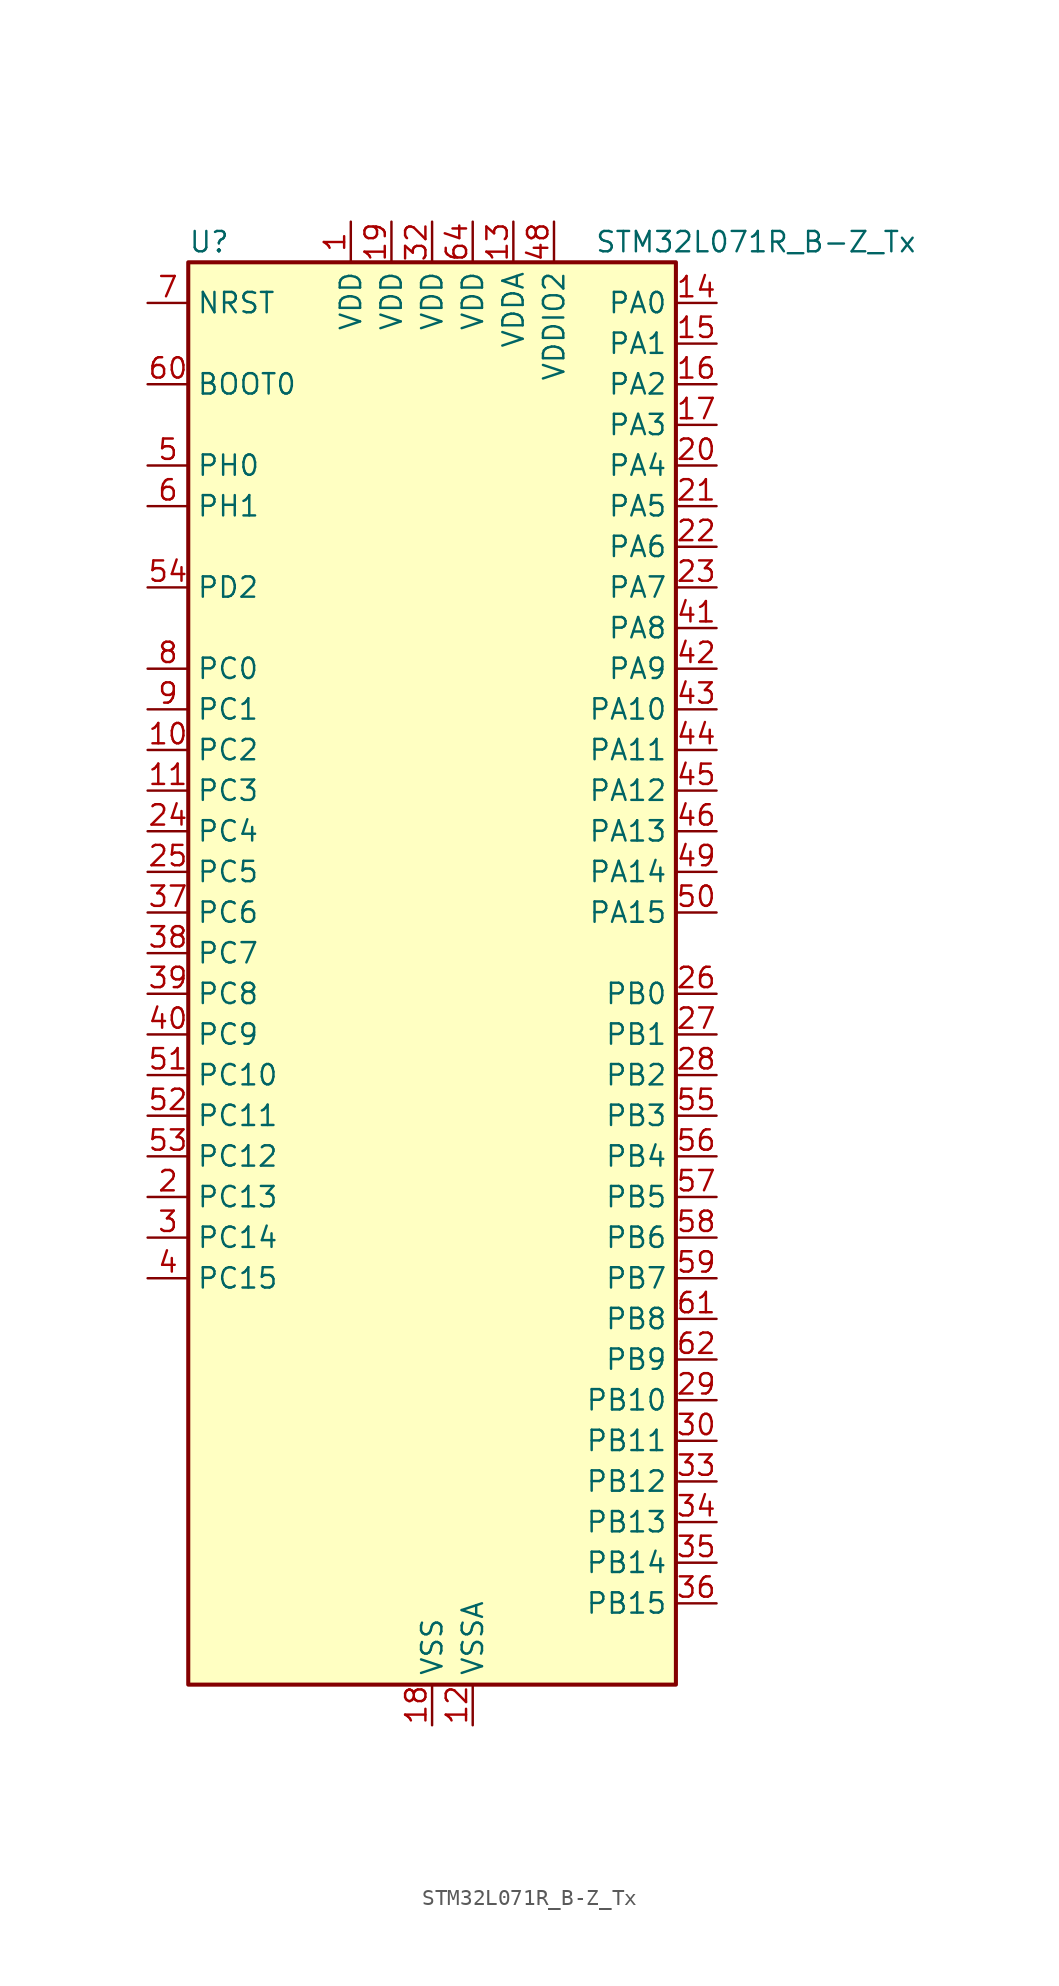
<source format=kicad_sym>
(kicad_symbol_lib
  (version 20220914)
  (generator kicad_symbol_editor)
  (symbol "STM32L071R_B-Z_Tx"
    (property "Reference" "U"
      (at -15.24 46.99 0)
      (effects (font (size 1.27 1.27)) (justify left)))
    (property "Value" "STM32L071R_B-Z_Tx"
      (at 10.16 46.99 0)
      (effects (font (size 1.27 1.27)) (justify left)))
    (property "ki_locked" ""
      (at 0 0 0)
      (effects (font (size 1.27 1.27))))
    (symbol "STM32L071R_B-Z_Tx_0_1"
      (rectangle (start -15.24 -43.18) (end 15.24 45.72) (stroke (width 0.254) (type default)) (fill (type background))))
    (symbol "STM32L071R_B-Z_Tx_1_1"
      (pin power_in line (at -5.08 48.26 270) (length 2.54) (name "VDD" (effects (font (size 1.27 1.27)))) (number "1" (effects (font (size 1.27 1.27)))))
      (pin bidirectional line (at -17.78 15.24 0) (length 2.54) (name "PC2" (effects (font (size 1.27 1.27)))) (number "10" (effects (font (size 1.27 1.27)))) (alternate "ADC_IN12" bidirectional line) (alternate "I2S2_MCK" bidirectional line) (alternate "LPTIM1_IN2" bidirectional line) (alternate "SPI2_MISO" bidirectional line))
      (pin bidirectional line (at -17.78 12.7 0) (length 2.54) (name "PC3" (effects (font (size 1.27 1.27)))) (number "11" (effects (font (size 1.27 1.27)))) (alternate "ADC_IN13" bidirectional line) (alternate "I2S2_SD" bidirectional line) (alternate "LPTIM1_ETR" bidirectional line) (alternate "SPI2_MOSI" bidirectional line))
      (pin power_in line (at 2.54 -45.72 90) (length 2.54) (name "VSSA" (effects (font (size 1.27 1.27)))) (number "12" (effects (font (size 1.27 1.27)))))
      (pin power_in line (at 5.08 48.26 270) (length 2.54) (name "VDDA" (effects (font (size 1.27 1.27)))) (number "13" (effects (font (size 1.27 1.27)))))
      (pin bidirectional line (at 17.78 43.18 180) (length 2.54) (name "PA0" (effects (font (size 1.27 1.27)))) (number "14" (effects (font (size 1.27 1.27)))) (alternate "ADC_IN0" bidirectional line) (alternate "COMP1_INM" bidirectional line) (alternate "COMP1_OUT" bidirectional line) (alternate "RTC_TAMP2" bidirectional line) (alternate "SYS_WKUP1" bidirectional line) (alternate "TIM2_CH1" bidirectional line) (alternate "TIM2_ETR" bidirectional line) (alternate "USART2_CTS" bidirectional line) (alternate "USART4_TX" bidirectional line))
      (pin bidirectional line (at 17.78 40.64 180) (length 2.54) (name "PA1" (effects (font (size 1.27 1.27)))) (number "15" (effects (font (size 1.27 1.27)))) (alternate "ADC_IN1" bidirectional line) (alternate "COMP1_INP" bidirectional line) (alternate "TIM21_ETR" bidirectional line) (alternate "TIM2_CH2" bidirectional line) (alternate "USART2_DE" bidirectional line) (alternate "USART2_RTS" bidirectional line) (alternate "USART4_RX" bidirectional line))
      (pin bidirectional line (at 17.78 38.1 180) (length 2.54) (name "PA2" (effects (font (size 1.27 1.27)))) (number "16" (effects (font (size 1.27 1.27)))) (alternate "ADC_IN2" bidirectional line) (alternate "COMP2_INM" bidirectional line) (alternate "COMP2_OUT" bidirectional line) (alternate "LPUART1_TX" bidirectional line) (alternate "TIM21_CH1" bidirectional line) (alternate "TIM2_CH3" bidirectional line) (alternate "USART2_TX" bidirectional line))
      (pin bidirectional line (at 17.78 35.56 180) (length 2.54) (name "PA3" (effects (font (size 1.27 1.27)))) (number "17" (effects (font (size 1.27 1.27)))) (alternate "ADC_IN3" bidirectional line) (alternate "COMP2_INP" bidirectional line) (alternate "LPUART1_RX" bidirectional line) (alternate "TIM21_CH2" bidirectional line) (alternate "TIM2_CH4" bidirectional line) (alternate "USART2_RX" bidirectional line))
      (pin power_in line (at 0 -45.72 90) (length 2.54) (name "VSS" (effects (font (size 1.27 1.27)))) (number "18" (effects (font (size 1.27 1.27)))))
      (pin power_in line (at -2.54 48.26 270) (length 2.54) (name "VDD" (effects (font (size 1.27 1.27)))) (number "19" (effects (font (size 1.27 1.27)))))
      (pin bidirectional line (at -17.78 -12.7 0) (length 2.54) (name "PC13" (effects (font (size 1.27 1.27)))) (number "2" (effects (font (size 1.27 1.27)))) (alternate "RTC_OUT_ALARM" bidirectional line) (alternate "RTC_OUT_CALIB" bidirectional line) (alternate "RTC_TAMP1" bidirectional line) (alternate "RTC_TS" bidirectional line) (alternate "SYS_WKUP2" bidirectional line))
      (pin bidirectional line (at 17.78 33.02 180) (length 2.54) (name "PA4" (effects (font (size 1.27 1.27)))) (number "20" (effects (font (size 1.27 1.27)))) (alternate "ADC_IN4" bidirectional line) (alternate "COMP1_INM" bidirectional line) (alternate "COMP2_INM" bidirectional line) (alternate "SPI1_NSS" bidirectional line) (alternate "TIM22_ETR" bidirectional line) (alternate "USART2_CK" bidirectional line))
      (pin bidirectional line (at 17.78 30.48 180) (length 2.54) (name "PA5" (effects (font (size 1.27 1.27)))) (number "21" (effects (font (size 1.27 1.27)))) (alternate "ADC_IN5" bidirectional line) (alternate "COMP1_INM" bidirectional line) (alternate "COMP2_INM" bidirectional line) (alternate "SPI1_SCK" bidirectional line) (alternate "TIM2_CH1" bidirectional line) (alternate "TIM2_ETR" bidirectional line))
      (pin bidirectional line (at 17.78 27.94 180) (length 2.54) (name "PA6" (effects (font (size 1.27 1.27)))) (number "22" (effects (font (size 1.27 1.27)))) (alternate "ADC_IN6" bidirectional line) (alternate "COMP1_OUT" bidirectional line) (alternate "LPUART1_CTS" bidirectional line) (alternate "SPI1_MISO" bidirectional line) (alternate "TIM22_CH1" bidirectional line) (alternate "TIM3_CH1" bidirectional line))
      (pin bidirectional line (at 17.78 25.4 180) (length 2.54) (name "PA7" (effects (font (size 1.27 1.27)))) (number "23" (effects (font (size 1.27 1.27)))) (alternate "ADC_IN7" bidirectional line) (alternate "COMP2_OUT" bidirectional line) (alternate "SPI1_MOSI" bidirectional line) (alternate "TIM22_CH2" bidirectional line) (alternate "TIM3_CH2" bidirectional line))
      (pin bidirectional line (at -17.78 10.16 0) (length 2.54) (name "PC4" (effects (font (size 1.27 1.27)))) (number "24" (effects (font (size 1.27 1.27)))) (alternate "ADC_IN14" bidirectional line) (alternate "LPUART1_TX" bidirectional line))
      (pin bidirectional line (at -17.78 7.62 0) (length 2.54) (name "PC5" (effects (font (size 1.27 1.27)))) (number "25" (effects (font (size 1.27 1.27)))) (alternate "ADC_IN15" bidirectional line) (alternate "LPUART1_RX" bidirectional line))
      (pin bidirectional line (at 17.78 0 180) (length 2.54) (name "PB0" (effects (font (size 1.27 1.27)))) (number "26" (effects (font (size 1.27 1.27)))) (alternate "ADC_IN8" bidirectional line) (alternate "SYS_VREF_OUT_PB0" bidirectional line) (alternate "TIM3_CH3" bidirectional line))
      (pin bidirectional line (at 17.78 -2.54 180) (length 2.54) (name "PB1" (effects (font (size 1.27 1.27)))) (number "27" (effects (font (size 1.27 1.27)))) (alternate "ADC_IN9" bidirectional line) (alternate "LPUART1_DE" bidirectional line) (alternate "LPUART1_RTS" bidirectional line) (alternate "SYS_VREF_OUT_PB1" bidirectional line) (alternate "TIM3_CH4" bidirectional line))
      (pin bidirectional line (at 17.78 -5.08 180) (length 2.54) (name "PB2" (effects (font (size 1.27 1.27)))) (number "28" (effects (font (size 1.27 1.27)))) (alternate "I2C3_SMBA" bidirectional line) (alternate "LPTIM1_OUT" bidirectional line))
      (pin bidirectional line (at 17.78 -25.4 180) (length 2.54) (name "PB10" (effects (font (size 1.27 1.27)))) (number "29" (effects (font (size 1.27 1.27)))) (alternate "I2C2_SCL" bidirectional line) (alternate "LPUART1_RX" bidirectional line) (alternate "LPUART1_TX" bidirectional line) (alternate "SPI2_SCK" bidirectional line) (alternate "TIM2_CH3" bidirectional line))
      (pin bidirectional line (at -17.78 -15.24 0) (length 2.54) (name "PC14" (effects (font (size 1.27 1.27)))) (number "3" (effects (font (size 1.27 1.27)))) (alternate "RCC_OSC32_IN" bidirectional line))
      (pin bidirectional line (at 17.78 -27.94 180) (length 2.54) (name "PB11" (effects (font (size 1.27 1.27)))) (number "30" (effects (font (size 1.27 1.27)))) (alternate "ADC_EXTI11" bidirectional line) (alternate "I2C2_SDA" bidirectional line) (alternate "LPUART1_RX" bidirectional line) (alternate "LPUART1_TX" bidirectional line) (alternate "TIM2_CH4" bidirectional line))
      (pin passive line (at 0 -45.72 90) (length 2.54) hide (name "VSS" (effects (font (size 1.27 1.27)))) (number "31" (effects (font (size 1.27 1.27)))))
      (pin power_in line (at 0 48.26 270) (length 2.54) (name "VDD" (effects (font (size 1.27 1.27)))) (number "32" (effects (font (size 1.27 1.27)))))
      (pin bidirectional line (at 17.78 -30.48 180) (length 2.54) (name "PB12" (effects (font (size 1.27 1.27)))) (number "33" (effects (font (size 1.27 1.27)))) (alternate "I2S2_WS" bidirectional line) (alternate "LPUART1_DE" bidirectional line) (alternate "LPUART1_RTS" bidirectional line) (alternate "SPI2_NSS" bidirectional line))
      (pin bidirectional line (at 17.78 -33.02 180) (length 2.54) (name "PB13" (effects (font (size 1.27 1.27)))) (number "34" (effects (font (size 1.27 1.27)))) (alternate "I2C2_SCL" bidirectional line) (alternate "I2S2_CK" bidirectional line) (alternate "LPUART1_CTS" bidirectional line) (alternate "RCC_MCO" bidirectional line) (alternate "SPI2_SCK" bidirectional line) (alternate "TIM21_CH1" bidirectional line))
      (pin bidirectional line (at 17.78 -35.56 180) (length 2.54) (name "PB14" (effects (font (size 1.27 1.27)))) (number "35" (effects (font (size 1.27 1.27)))) (alternate "I2C2_SDA" bidirectional line) (alternate "I2S2_MCK" bidirectional line) (alternate "LPUART1_DE" bidirectional line) (alternate "LPUART1_RTS" bidirectional line) (alternate "RTC_OUT_ALARM" bidirectional line) (alternate "RTC_OUT_CALIB" bidirectional line) (alternate "SPI2_MISO" bidirectional line) (alternate "TIM21_CH2" bidirectional line))
      (pin bidirectional line (at 17.78 -38.1 180) (length 2.54) (name "PB15" (effects (font (size 1.27 1.27)))) (number "36" (effects (font (size 1.27 1.27)))) (alternate "I2S2_SD" bidirectional line) (alternate "RTC_REFIN" bidirectional line) (alternate "SPI2_MOSI" bidirectional line))
      (pin bidirectional line (at -17.78 5.08 0) (length 2.54) (name "PC6" (effects (font (size 1.27 1.27)))) (number "37" (effects (font (size 1.27 1.27)))) (alternate "TIM22_CH1" bidirectional line) (alternate "TIM3_CH1" bidirectional line))
      (pin bidirectional line (at -17.78 2.54 0) (length 2.54) (name "PC7" (effects (font (size 1.27 1.27)))) (number "38" (effects (font (size 1.27 1.27)))) (alternate "TIM22_CH2" bidirectional line) (alternate "TIM3_CH2" bidirectional line))
      (pin bidirectional line (at -17.78 0 0) (length 2.54) (name "PC8" (effects (font (size 1.27 1.27)))) (number "39" (effects (font (size 1.27 1.27)))) (alternate "TIM22_ETR" bidirectional line) (alternate "TIM3_CH3" bidirectional line))
      (pin bidirectional line (at -17.78 -17.78 0) (length 2.54) (name "PC15" (effects (font (size 1.27 1.27)))) (number "4" (effects (font (size 1.27 1.27)))) (alternate "RCC_OSC32_OUT" bidirectional line))
      (pin bidirectional line (at -17.78 -2.54 0) (length 2.54) (name "PC9" (effects (font (size 1.27 1.27)))) (number "40" (effects (font (size 1.27 1.27)))) (alternate "I2C3_SDA" bidirectional line) (alternate "TIM21_ETR" bidirectional line) (alternate "TIM3_CH4" bidirectional line))
      (pin bidirectional line (at 17.78 22.86 180) (length 2.54) (name "PA8" (effects (font (size 1.27 1.27)))) (number "41" (effects (font (size 1.27 1.27)))) (alternate "I2C3_SCL" bidirectional line) (alternate "RCC_MCO" bidirectional line) (alternate "USART1_CK" bidirectional line))
      (pin bidirectional line (at 17.78 20.32 180) (length 2.54) (name "PA9" (effects (font (size 1.27 1.27)))) (number "42" (effects (font (size 1.27 1.27)))) (alternate "I2C1_SCL" bidirectional line) (alternate "I2C3_SMBA" bidirectional line) (alternate "RCC_MCO" bidirectional line) (alternate "USART1_TX" bidirectional line))
      (pin bidirectional line (at 17.78 17.78 180) (length 2.54) (name "PA10" (effects (font (size 1.27 1.27)))) (number "43" (effects (font (size 1.27 1.27)))) (alternate "I2C1_SDA" bidirectional line) (alternate "USART1_RX" bidirectional line))
      (pin bidirectional line (at 17.78 15.24 180) (length 2.54) (name "PA11" (effects (font (size 1.27 1.27)))) (number "44" (effects (font (size 1.27 1.27)))) (alternate "ADC_EXTI11" bidirectional line) (alternate "COMP1_OUT" bidirectional line) (alternate "SPI1_MISO" bidirectional line) (alternate "USART1_CTS" bidirectional line))
      (pin bidirectional line (at 17.78 12.7 180) (length 2.54) (name "PA12" (effects (font (size 1.27 1.27)))) (number "45" (effects (font (size 1.27 1.27)))) (alternate "COMP2_OUT" bidirectional line) (alternate "SPI1_MOSI" bidirectional line) (alternate "USART1_DE" bidirectional line) (alternate "USART1_RTS" bidirectional line))
      (pin bidirectional line (at 17.78 10.16 180) (length 2.54) (name "PA13" (effects (font (size 1.27 1.27)))) (number "46" (effects (font (size 1.27 1.27)))) (alternate "LPUART1_RX" bidirectional line) (alternate "SYS_SWDIO" bidirectional line))
      (pin passive line (at 0 -45.72 90) (length 2.54) hide (name "VSS" (effects (font (size 1.27 1.27)))) (number "47" (effects (font (size 1.27 1.27)))))
      (pin power_in line (at 7.62 48.26 270) (length 2.54) (name "VDDIO2" (effects (font (size 1.27 1.27)))) (number "48" (effects (font (size 1.27 1.27)))))
      (pin bidirectional line (at 17.78 7.62 180) (length 2.54) (name "PA14" (effects (font (size 1.27 1.27)))) (number "49" (effects (font (size 1.27 1.27)))) (alternate "LPUART1_TX" bidirectional line) (alternate "SYS_SWCLK" bidirectional line) (alternate "USART2_TX" bidirectional line))
      (pin bidirectional line (at -17.78 33.02 0) (length 2.54) (name "PH0" (effects (font (size 1.27 1.27)))) (number "5" (effects (font (size 1.27 1.27)))) (alternate "RCC_OSC_IN" bidirectional line))
      (pin bidirectional line (at 17.78 5.08 180) (length 2.54) (name "PA15" (effects (font (size 1.27 1.27)))) (number "50" (effects (font (size 1.27 1.27)))) (alternate "SPI1_NSS" bidirectional line) (alternate "TIM2_CH1" bidirectional line) (alternate "TIM2_ETR" bidirectional line) (alternate "USART2_RX" bidirectional line) (alternate "USART4_DE" bidirectional line) (alternate "USART4_RTS" bidirectional line))
      (pin bidirectional line (at -17.78 -5.08 0) (length 2.54) (name "PC10" (effects (font (size 1.27 1.27)))) (number "51" (effects (font (size 1.27 1.27)))) (alternate "LPUART1_TX" bidirectional line) (alternate "USART4_TX" bidirectional line))
      (pin bidirectional line (at -17.78 -7.62 0) (length 2.54) (name "PC11" (effects (font (size 1.27 1.27)))) (number "52" (effects (font (size 1.27 1.27)))) (alternate "ADC_EXTI11" bidirectional line) (alternate "LPUART1_RX" bidirectional line) (alternate "USART4_RX" bidirectional line))
      (pin bidirectional line (at -17.78 -10.16 0) (length 2.54) (name "PC12" (effects (font (size 1.27 1.27)))) (number "53" (effects (font (size 1.27 1.27)))) (alternate "USART4_CK" bidirectional line) (alternate "USART5_TX" bidirectional line))
      (pin bidirectional line (at -17.78 25.4 0) (length 2.54) (name "PD2" (effects (font (size 1.27 1.27)))) (number "54" (effects (font (size 1.27 1.27)))) (alternate "LPUART1_DE" bidirectional line) (alternate "LPUART1_RTS" bidirectional line) (alternate "TIM3_ETR" bidirectional line) (alternate "USART5_RX" bidirectional line))
      (pin bidirectional line (at 17.78 -7.62 180) (length 2.54) (name "PB3" (effects (font (size 1.27 1.27)))) (number "55" (effects (font (size 1.27 1.27)))) (alternate "COMP2_INM" bidirectional line) (alternate "SPI1_SCK" bidirectional line) (alternate "TIM2_CH2" bidirectional line) (alternate "USART1_DE" bidirectional line) (alternate "USART1_RTS" bidirectional line) (alternate "USART5_TX" bidirectional line))
      (pin bidirectional line (at 17.78 -10.16 180) (length 2.54) (name "PB4" (effects (font (size 1.27 1.27)))) (number "56" (effects (font (size 1.27 1.27)))) (alternate "COMP2_INP" bidirectional line) (alternate "I2C3_SDA" bidirectional line) (alternate "SPI1_MISO" bidirectional line) (alternate "TIM22_CH1" bidirectional line) (alternate "TIM3_CH1" bidirectional line) (alternate "USART1_CTS" bidirectional line) (alternate "USART5_RX" bidirectional line))
      (pin bidirectional line (at 17.78 -12.7 180) (length 2.54) (name "PB5" (effects (font (size 1.27 1.27)))) (number "57" (effects (font (size 1.27 1.27)))) (alternate "COMP2_INP" bidirectional line) (alternate "I2C1_SMBA" bidirectional line) (alternate "LPTIM1_IN1" bidirectional line) (alternate "SPI1_MOSI" bidirectional line) (alternate "TIM22_CH2" bidirectional line) (alternate "TIM3_CH2" bidirectional line) (alternate "USART1_CK" bidirectional line) (alternate "USART5_CK" bidirectional line) (alternate "USART5_DE" bidirectional line) (alternate "USART5_RTS" bidirectional line))
      (pin bidirectional line (at 17.78 -15.24 180) (length 2.54) (name "PB6" (effects (font (size 1.27 1.27)))) (number "58" (effects (font (size 1.27 1.27)))) (alternate "COMP2_INP" bidirectional line) (alternate "I2C1_SCL" bidirectional line) (alternate "LPTIM1_ETR" bidirectional line) (alternate "USART1_TX" bidirectional line))
      (pin bidirectional line (at 17.78 -17.78 180) (length 2.54) (name "PB7" (effects (font (size 1.27 1.27)))) (number "59" (effects (font (size 1.27 1.27)))) (alternate "COMP2_INP" bidirectional line) (alternate "I2C1_SDA" bidirectional line) (alternate "LPTIM1_IN2" bidirectional line) (alternate "SYS_PVD_IN" bidirectional line) (alternate "USART1_RX" bidirectional line) (alternate "USART4_CTS" bidirectional line))
      (pin bidirectional line (at -17.78 30.48 0) (length 2.54) (name "PH1" (effects (font (size 1.27 1.27)))) (number "6" (effects (font (size 1.27 1.27)))) (alternate "RCC_OSC_OUT" bidirectional line))
      (pin input line (at -17.78 38.1 0) (length 2.54) (name "BOOT0" (effects (font (size 1.27 1.27)))) (number "60" (effects (font (size 1.27 1.27)))))
      (pin bidirectional line (at 17.78 -20.32 180) (length 2.54) (name "PB8" (effects (font (size 1.27 1.27)))) (number "61" (effects (font (size 1.27 1.27)))) (alternate "I2C1_SCL" bidirectional line))
      (pin bidirectional line (at 17.78 -22.86 180) (length 2.54) (name "PB9" (effects (font (size 1.27 1.27)))) (number "62" (effects (font (size 1.27 1.27)))) (alternate "I2C1_SDA" bidirectional line) (alternate "I2S2_WS" bidirectional line) (alternate "SPI2_NSS" bidirectional line))
      (pin passive line (at 0 -45.72 90) (length 2.54) hide (name "VSS" (effects (font (size 1.27 1.27)))) (number "63" (effects (font (size 1.27 1.27)))))
      (pin power_in line (at 2.54 48.26 270) (length 2.54) (name "VDD" (effects (font (size 1.27 1.27)))) (number "64" (effects (font (size 1.27 1.27)))))
      (pin input line (at -17.78 43.18 0) (length 2.54) (name "NRST" (effects (font (size 1.27 1.27)))) (number "7" (effects (font (size 1.27 1.27)))))
      (pin bidirectional line (at -17.78 20.32 0) (length 2.54) (name "PC0" (effects (font (size 1.27 1.27)))) (number "8" (effects (font (size 1.27 1.27)))) (alternate "ADC_IN10" bidirectional line) (alternate "I2C3_SCL" bidirectional line) (alternate "LPTIM1_IN1" bidirectional line) (alternate "LPUART1_RX" bidirectional line))
      (pin bidirectional line (at -17.78 17.78 0) (length 2.54) (name "PC1" (effects (font (size 1.27 1.27)))) (number "9" (effects (font (size 1.27 1.27)))) (alternate "ADC_IN11" bidirectional line) (alternate "I2C3_SDA" bidirectional line) (alternate "LPTIM1_OUT" bidirectional line) (alternate "LPUART1_TX" bidirectional line)))))
</source>
